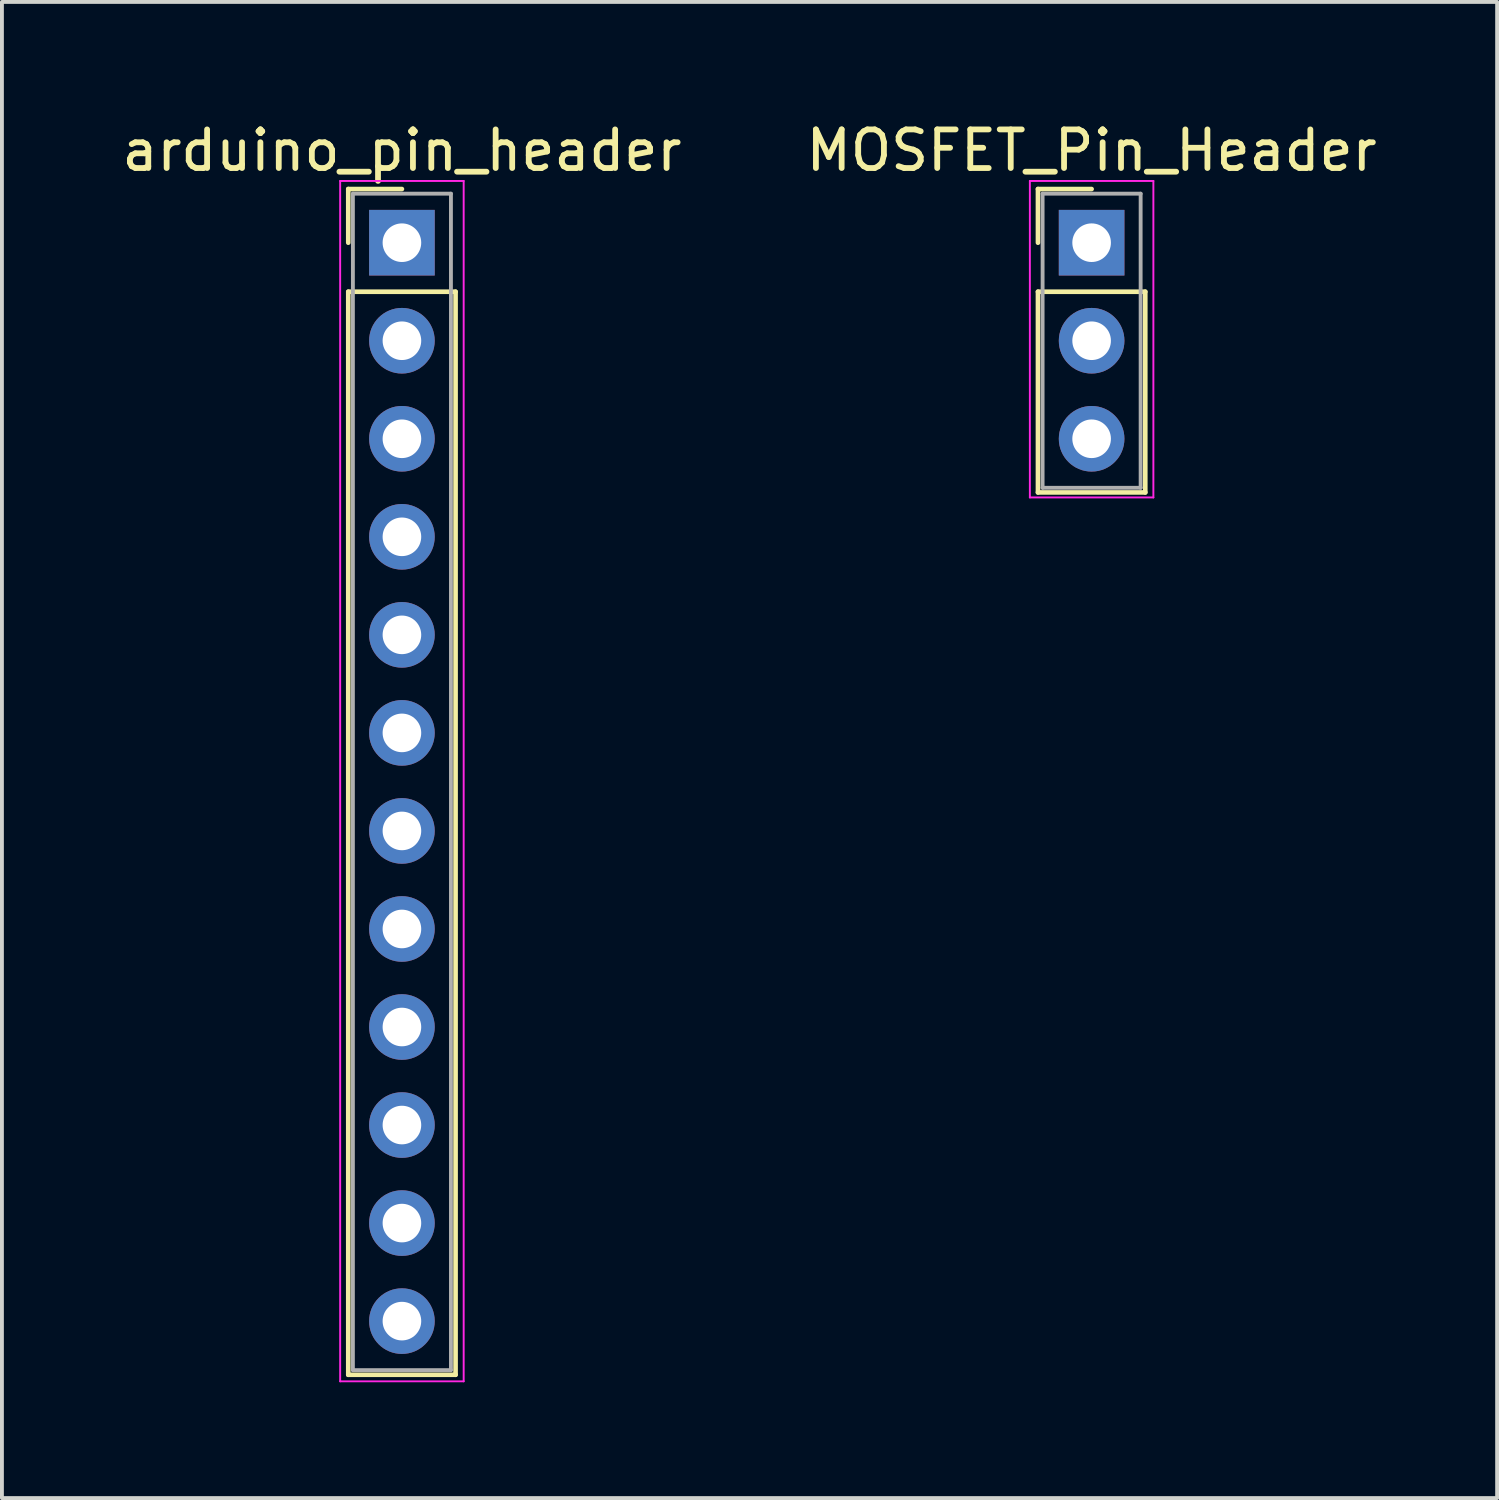
<source format=kicad_pcb>
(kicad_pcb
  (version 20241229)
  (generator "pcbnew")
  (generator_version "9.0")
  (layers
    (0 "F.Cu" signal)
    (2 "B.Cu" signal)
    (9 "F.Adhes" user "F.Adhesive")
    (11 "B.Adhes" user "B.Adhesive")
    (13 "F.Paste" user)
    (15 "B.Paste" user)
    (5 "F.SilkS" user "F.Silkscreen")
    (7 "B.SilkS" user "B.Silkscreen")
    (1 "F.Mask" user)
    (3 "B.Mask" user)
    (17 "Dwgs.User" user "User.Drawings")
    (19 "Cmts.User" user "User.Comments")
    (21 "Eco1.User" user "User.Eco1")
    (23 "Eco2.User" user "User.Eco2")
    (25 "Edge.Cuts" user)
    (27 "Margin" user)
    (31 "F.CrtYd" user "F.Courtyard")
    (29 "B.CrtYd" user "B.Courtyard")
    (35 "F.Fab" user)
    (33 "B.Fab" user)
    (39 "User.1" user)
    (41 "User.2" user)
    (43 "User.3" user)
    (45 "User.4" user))
  (footprint "MOSFET_Pin_Header"
    (layer "F.Cu")
    (at 25.232 3.238)
    (property "Reference" "MOSFET_Pin_Header" (at 0 -2.39 0) (layer "F.SilkS") (effects (font (size 1 1) (thickness 0.15))))
    (attr through_hole)
    (fp_line (start -1.39 -1.39) (end 0 -1.39) (stroke (width 0.12) (type solid)) (layer "F.SilkS"))
    (fp_line (start -1.39 0) (end -1.39 -1.39) (stroke (width 0.12) (type solid)) (layer "F.SilkS"))
    (fp_line (start -1.39 1.27) (end -1.39 6.47) (stroke (width 0.12) (type solid)) (layer "F.SilkS"))
    (fp_line (start -1.39 6.47) (end 1.39 6.47) (stroke (width 0.12) (type solid)) (layer "F.SilkS"))
    (fp_line (start 1.39 1.27) (end -1.39 1.27) (stroke (width 0.12) (type solid)) (layer "F.SilkS"))
    (fp_line (start 1.39 6.47) (end 1.39 1.27) (stroke (width 0.12) (type solid)) (layer "F.SilkS"))
    (fp_line (start -1.6 -1.6) (end -1.6 6.6) (stroke (width 0.05) (type solid)) (layer "F.CrtYd"))
    (fp_line (start -1.6 6.6) (end 1.6 6.6) (stroke (width 0.05) (type solid)) (layer "F.CrtYd"))
    (fp_line (start 1.6 -1.6) (end -1.6 -1.6) (stroke (width 0.05) (type solid)) (layer "F.CrtYd"))
    (fp_line (start 1.6 6.6) (end 1.6 -1.6) (stroke (width 0.05) (type solid)) (layer "F.CrtYd"))
    (fp_line (start -1.27 -1.27) (end -1.27 6.35) (stroke (width 0.1) (type solid)) (layer "F.Fab"))
    (fp_line (start -1.27 6.35) (end 1.27 6.35) (stroke (width 0.1) (type solid)) (layer "F.Fab"))
    (fp_line (start 1.27 -1.27) (end -1.27 -1.27) (stroke (width 0.1) (type solid)) (layer "F.Fab"))
    (fp_line (start 1.27 6.35) (end 1.27 -1.27) (stroke (width 0.1) (type solid)) (layer "F.Fab"))
    (pad "1" thru_hole oval (at 0 2.54) (size 1.7 1.7) (drill 1) (layers "*.Cu" "*.Mask"))
    (pad "2" thru_hole rect (at 0 0) (size 1.7 1.7) (drill 1) (layers "*.Cu" "*.Mask"))
    (pad "3" thru_hole oval (at 0 5.08) (size 1.7 1.7) (drill 1) (layers "*.Cu" "*.Mask")))
  (footprint "arduino_pin_header"
    (layer "F.Cu")
    (at 7.363 3.238)
    (property "Reference" "arduino_pin_header" (at 0 -2.39 0) (layer "F.SilkS") (effects (font (size 1 1) (thickness 0.15))))
    (attr through_hole)
    (fp_line (start -1.39 -1.39) (end 0 -1.39) (stroke (width 0.12) (type solid)) (layer "F.SilkS"))
    (fp_line (start -1.39 0) (end -1.39 -1.39) (stroke (width 0.12) (type solid)) (layer "F.SilkS"))
    (fp_line (start -1.39 1.27) (end -1.39 29.33) (stroke (width 0.12) (type solid)) (layer "F.SilkS"))
    (fp_line (start -1.39 29.33) (end 1.39 29.33) (stroke (width 0.12) (type solid)) (layer "F.SilkS"))
    (fp_line (start 1.39 1.27) (end -1.39 1.27) (stroke (width 0.12) (type solid)) (layer "F.SilkS"))
    (fp_line (start 1.39 29.33) (end 1.39 1.27) (stroke (width 0.12) (type solid)) (layer "F.SilkS"))
    (fp_line (start -1.6 -1.6) (end -1.6 29.5) (stroke (width 0.05) (type solid)) (layer "F.CrtYd"))
    (fp_line (start -1.6 29.5) (end 1.6 29.5) (stroke (width 0.05) (type solid)) (layer "F.CrtYd"))
    (fp_line (start 1.6 -1.6) (end -1.6 -1.6) (stroke (width 0.05) (type solid)) (layer "F.CrtYd"))
    (fp_line (start 1.6 29.5) (end 1.6 -1.6) (stroke (width 0.05) (type solid)) (layer "F.CrtYd"))
    (fp_line (start -1.27 -1.27) (end -1.27 29.21) (stroke (width 0.1) (type solid)) (layer "F.Fab"))
    (fp_line (start -1.27 29.21) (end 1.27 29.21) (stroke (width 0.1) (type solid)) (layer "F.Fab"))
    (fp_line (start 1.27 -1.27) (end -1.27 -1.27) (stroke (width 0.1) (type solid)) (layer "F.Fab"))
    (fp_line (start 1.27 29.21) (end 1.27 -1.27) (stroke (width 0.1) (type solid)) (layer "F.Fab"))
    (pad "3" thru_hole oval (at 0 7.62) (size 1.7 1.7) (drill 1) (layers "*.Cu" "*.Mask"))
    (pad "4" thru_hole rect (at 0 0) (size 1.7 1.7) (drill 1) (layers "*.Cu" "*.Mask"))
    (pad "5" thru_hole oval (at 0 2.54) (size 1.7 1.7) (drill 1) (layers "*.Cu" "*.Mask"))
    (pad "6" thru_hole oval (at 0 5.08) (size 1.7 1.7) (drill 1) (layers "*.Cu" "*.Mask"))
    (pad "10" thru_hole oval (at 0 22.86) (size 1.7 1.7) (drill 1) (layers "*.Cu" "*.Mask"))
    (pad "11" thru_hole oval (at 0 25.4) (size 1.7 1.7) (drill 1) (layers "*.Cu" "*.Mask"))
    (pad "12" thru_hole oval (at 0 27.94) (size 1.7 1.7) (drill 1) (layers "*.Cu" "*.Mask"))
    (pad "13" thru_hole oval (at 0 20.32) (size 1.7 1.7) (drill 1) (layers "*.Cu" "*.Mask"))
    (pad "14" thru_hole oval (at 0 17.78) (size 1.7 1.7) (drill 1) (layers "*.Cu" "*.Mask"))
    (pad "15" thru_hole oval (at 0 15.24) (size 1.7 1.7) (drill 1) (layers "*.Cu" "*.Mask"))
    (pad "16" thru_hole oval (at 0 12.7) (size 1.7 1.7) (drill 1) (layers "*.Cu" "*.Mask"))
    (pad "17" thru_hole oval (at 0 10.16) (size 1.7 1.7) (drill 1) (layers "*.Cu" "*.Mask")))
  (gr_rect
    (start -3 -3)
    (end 35.738 35.763)
    (stroke (width 0.1) (type default))
    (fill no)
    (layer "Edge.Cuts")))
</source>
